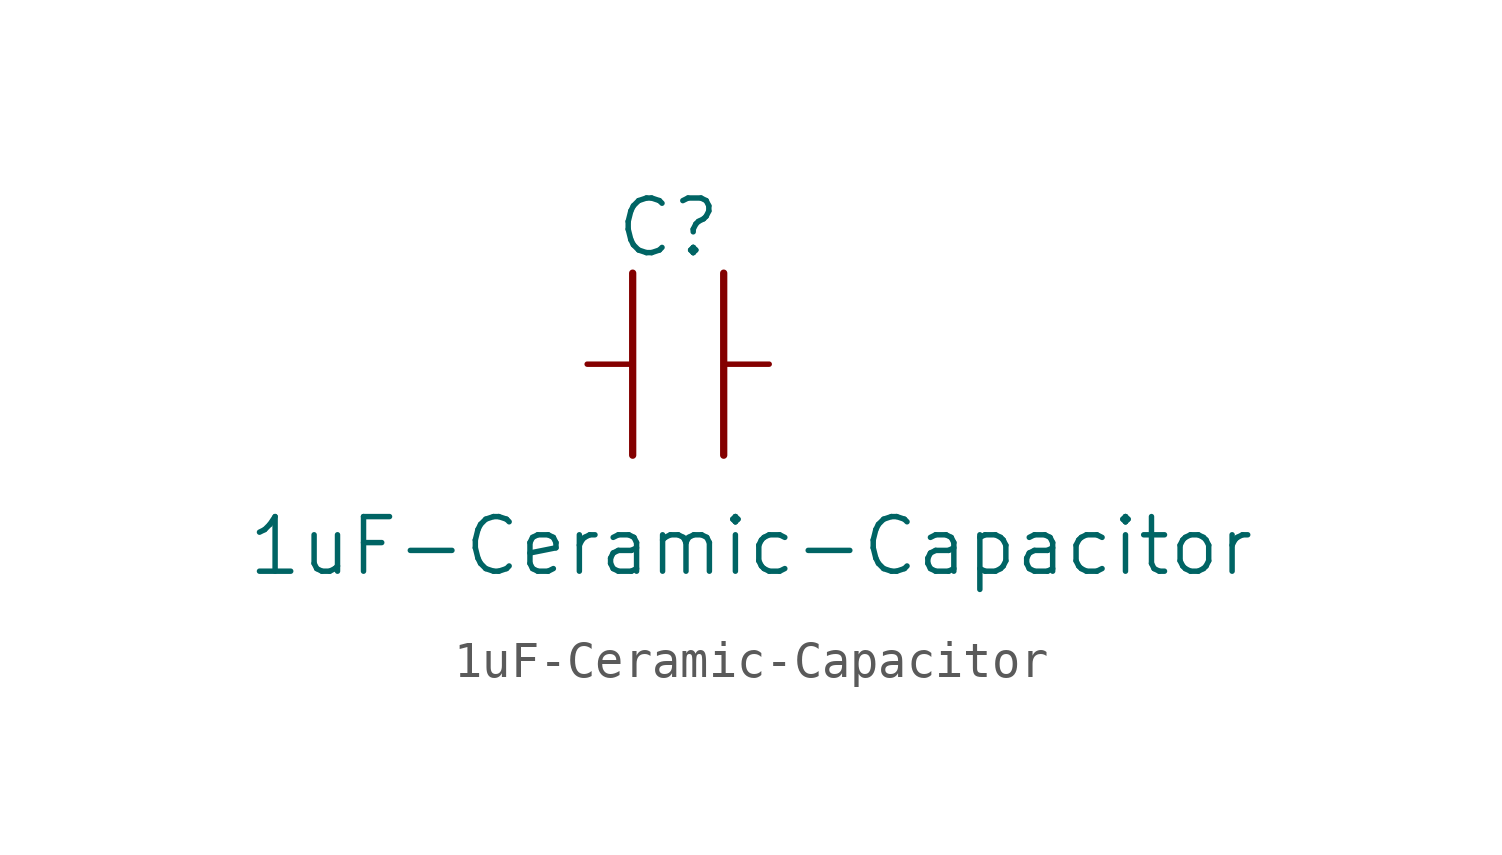
<source format=kicad_sym>
(kicad_symbol_lib
  (version 20220914)
  (generator kicad_symbol_editor)
  (symbol "1uF-Ceramic-Capacitor"
    (pin_numbers hide)
    (pin_names
      (offset 1.651) hide)
    (property "Reference" "C"
      (at 4.81 1.27 0)
      (effects (font (size 1.524 1.524))))
    (property "Value" "1uF-Ceramic-Capacitor"
      (at 7.112 -7.62 0)
      (effects (font (size 1.524 1.524))))
    (property "Datasheet" ""
      (at 1 -2.54 0)
      (effects (font (size 1.524 1.524))))
    (symbol "1uF-Ceramic-Capacitor_1_1"
      (polyline (pts (xy 3.81 -5.08) (xy 3.81 0)) (stroke (width 0.203) (type solid)) (fill (type none)))
      (polyline (pts (xy 6.35 -5.08) (xy 6.35 0)) (stroke (width 0.203) (type solid)) (fill (type none)))
      (pin unspecified line (at 2.54 -2.54 0) (length 1.27) (name "" (effects (font (size 1.499 1.499)))) (number "1" (effects (font (size 1.499 1.499)))))
      (pin unspecified line (at 7.62 -2.54 180) (length 1.27) (name "" (effects (font (size 1.499 1.499)))) (number "2" (effects (font (size 1.499 1.499))))))))
</source>
